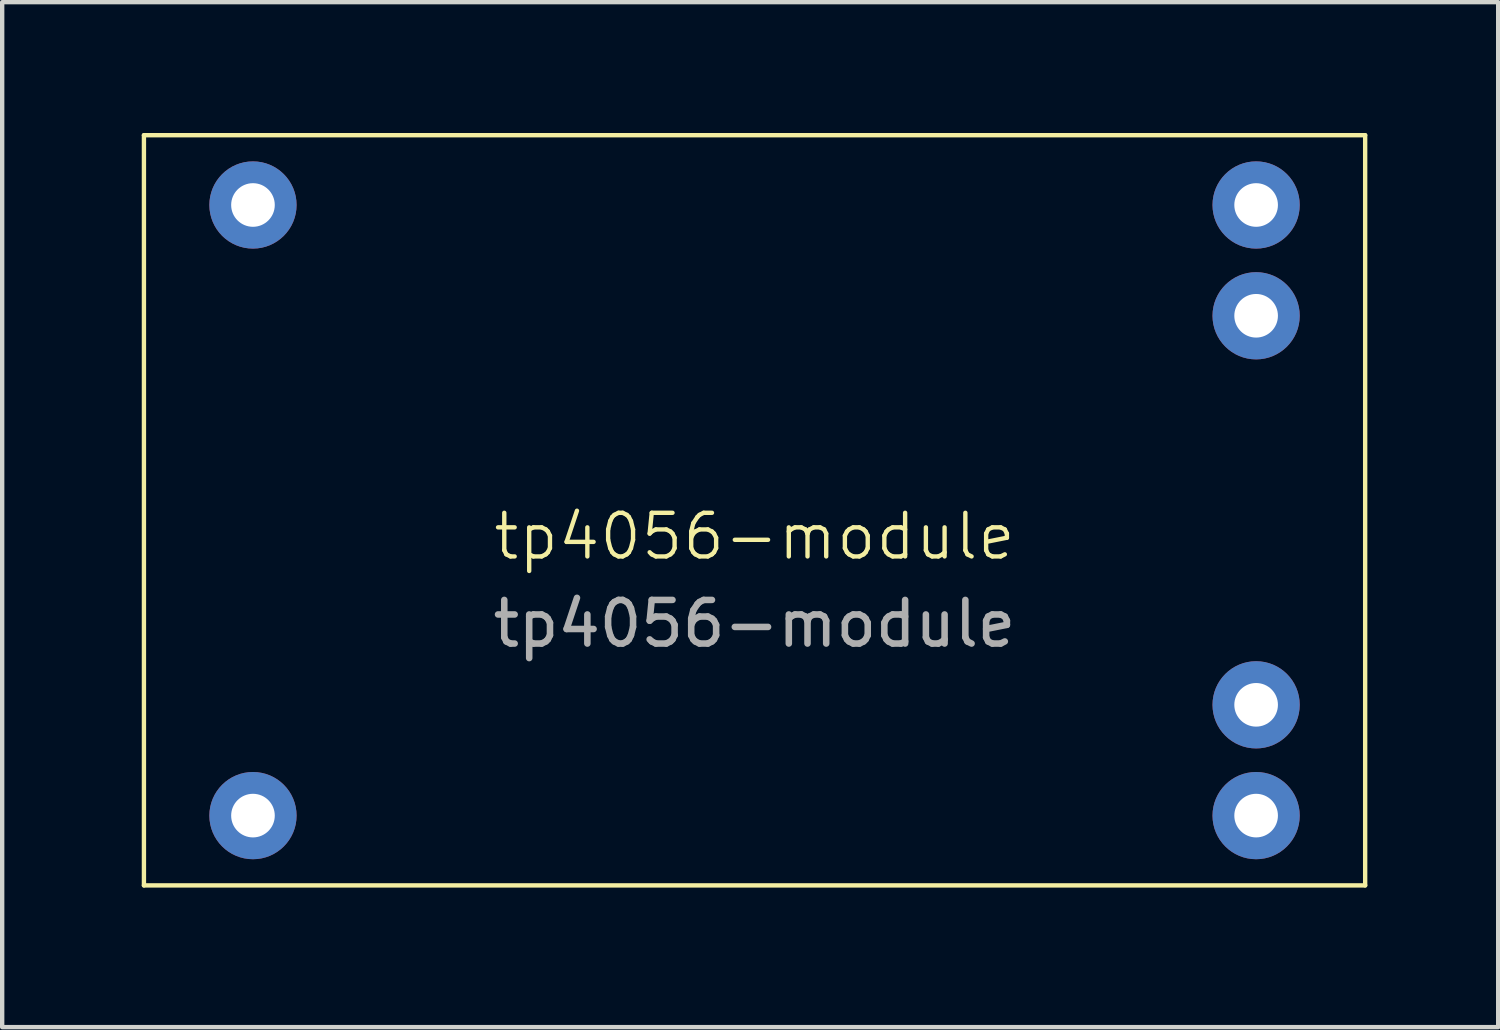
<source format=kicad_pcb>
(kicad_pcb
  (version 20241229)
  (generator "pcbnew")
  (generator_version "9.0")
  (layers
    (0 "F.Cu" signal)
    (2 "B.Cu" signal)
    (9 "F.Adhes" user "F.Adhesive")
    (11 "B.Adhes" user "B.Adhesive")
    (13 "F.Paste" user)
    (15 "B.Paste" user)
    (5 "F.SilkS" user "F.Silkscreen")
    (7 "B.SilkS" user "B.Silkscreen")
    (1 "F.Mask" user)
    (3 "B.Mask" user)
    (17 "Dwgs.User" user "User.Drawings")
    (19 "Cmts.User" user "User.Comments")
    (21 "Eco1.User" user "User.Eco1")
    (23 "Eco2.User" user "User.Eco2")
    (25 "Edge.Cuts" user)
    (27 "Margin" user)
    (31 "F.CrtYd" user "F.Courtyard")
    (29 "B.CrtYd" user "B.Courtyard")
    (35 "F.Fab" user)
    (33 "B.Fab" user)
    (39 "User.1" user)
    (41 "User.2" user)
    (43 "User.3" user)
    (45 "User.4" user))
  (footprint "tp4056-module"
    (layer "F.Cu")
    (at 0.25 17.25)
    (property "Reference" "tp4056-module" (at 14 -8 0) (unlocked yes) (layer "F.SilkS") (effects (font (size 1 1) (thickness 0.1))))
    (attr smd)
    (fp_line (start 0 -17.2) (end 0 0) (stroke (width 0.1) (type default)) (layer "F.SilkS"))
    (fp_line (start 0 -17.2) (end 28 -17.2) (stroke (width 0.1) (type solid)) (layer "F.SilkS"))
    (fp_line (start 0 0) (end 28 0) (stroke (width 0.1) (type solid)) (layer "F.SilkS"))
    (fp_line (start 28 -17.2) (end 28 0) (stroke (width 0.1) (type default)) (layer "F.SilkS"))
    (fp_text user "${REFERENCE}" (at 14 -6 0) (unlocked yes) (layer "F.Fab") (effects (font (size 1 1) (thickness 0.15))))
    (pad "1" thru_hole circle (at 2.5 -15.6) (size 2 2) (drill 1) (layers "*.Cu" "*.Mask"))
    (pad "2" thru_hole circle (at 2.5 -1.6) (size 2 2) (drill 1) (layers "*.Cu" "*.Mask"))
    (pad "3" thru_hole circle (at 25.5 -15.6) (size 2 2) (drill 1) (layers "*.Cu" "*.Mask"))
    (pad "4" thru_hole circle (at 25.5 -1.6) (size 2 2) (drill 1) (layers "*.Cu" "*.Mask"))
    (pad "5" thru_hole circle (at 25.5 -13.06) (size 2 2) (drill 1) (layers "*.Cu" "*.Mask"))
    (pad "6" thru_hole circle (at 25.5 -4.14) (size 2 2) (drill 1) (layers "*.Cu" "*.Mask")))
  (gr_rect
    (start -3 -3)
    (end 31.3 20.5)
    (stroke (width 0.1) (type default))
    (fill no)
    (layer "Edge.Cuts")))
</source>
